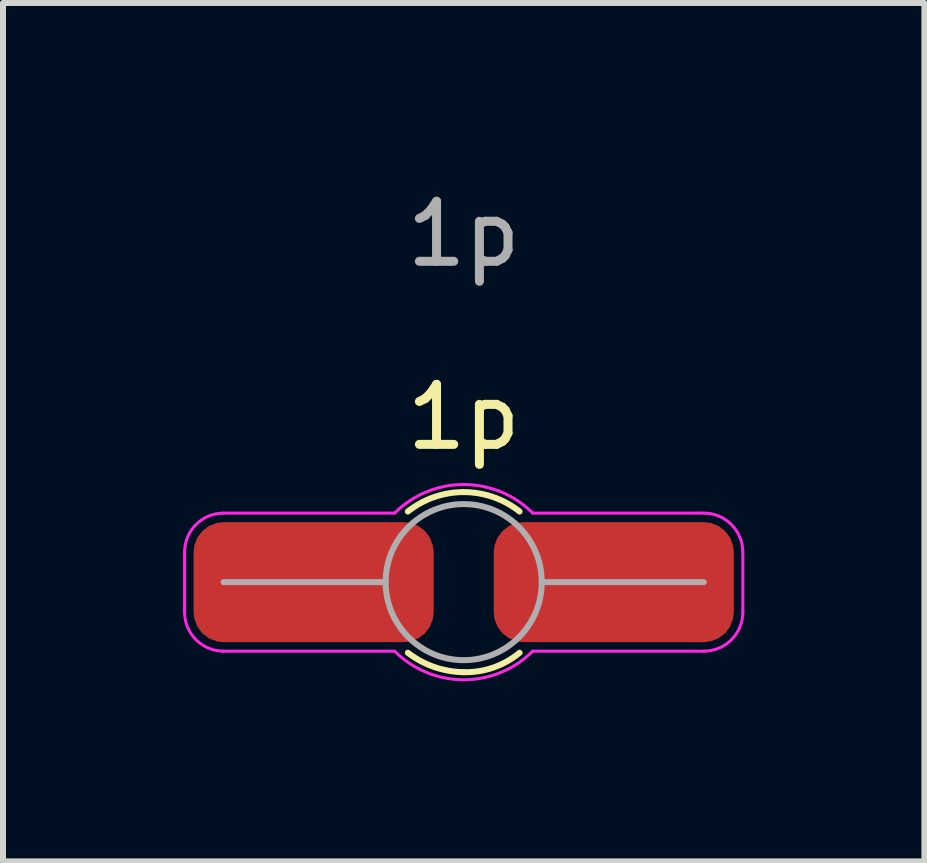
<source format=kicad_pcb>
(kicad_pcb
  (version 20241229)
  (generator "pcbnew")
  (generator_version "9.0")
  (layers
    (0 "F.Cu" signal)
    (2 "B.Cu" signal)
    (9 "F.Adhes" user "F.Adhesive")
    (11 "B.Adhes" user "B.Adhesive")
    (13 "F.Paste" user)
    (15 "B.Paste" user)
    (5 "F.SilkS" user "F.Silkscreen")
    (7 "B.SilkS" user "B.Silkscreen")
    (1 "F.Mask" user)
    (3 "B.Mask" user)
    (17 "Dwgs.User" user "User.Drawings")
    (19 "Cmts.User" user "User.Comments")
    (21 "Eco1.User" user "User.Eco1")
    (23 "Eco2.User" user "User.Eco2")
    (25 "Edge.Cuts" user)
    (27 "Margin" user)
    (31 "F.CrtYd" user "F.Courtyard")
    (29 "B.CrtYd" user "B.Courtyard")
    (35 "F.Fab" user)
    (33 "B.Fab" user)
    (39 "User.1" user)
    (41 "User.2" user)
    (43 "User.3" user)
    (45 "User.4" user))
  (footprint "1p"
    (layer "F.Cu")
    (at 4.675 6.648)
    (property "Reference" "1p" (at 0 -2.75 0) (unlocked yes) (layer "F.SilkS") (effects (font (size 1 1) (thickness 0.15))))
    (attr smd)
    (fp_arc (start -0.931054 -1.176069) (mid -0.492898 -1.416705) (end 0 -1.5) (stroke (width 0.01) (type default)) (layer "F.SilkS"))
    (fp_arc (start -0.931054 -1.176069) (mid -0.492898 -1.416704) (end 0 -1.5) (stroke (width 0.1) (type default)) (layer "F.SilkS"))
    (fp_arc (start 0 -1.5) (mid 0.492898 -1.416704) (end 0.931054 -1.176069) (stroke (width 0.1) (type default)) (layer "F.SilkS"))
    (fp_arc (start 0 1.5) (mid -0.49181 1.413579) (end -0.931054 1.176069) (stroke (width 0.1) (type default)) (layer "F.SilkS"))
    (fp_arc (start 0.931054 1.176069) (mid 0.494951 1.422605) (end 0 1.5) (stroke (width 0.1) (type default)) (layer "F.SilkS"))
    (fp_line (start -4.65 0.5) (end -4.65 -0.5) (stroke (width 0.05) (type default)) (layer "F.CrtYd"))
    (fp_line (start -1.15 -1.15) (end -4 -1.15) (stroke (width 0.05) (type default)) (layer "F.CrtYd"))
    (fp_line (start -1.15 1.15) (end -4 1.15) (stroke (width 0.05) (type default)) (layer "F.CrtYd"))
    (fp_line (start 1.15 -1.15) (end 4 -1.15) (stroke (width 0.05) (type default)) (layer "F.CrtYd"))
    (fp_line (start 1.15 1.15) (end 4 1.15) (stroke (width 0.05) (type default)) (layer "F.CrtYd"))
    (fp_line (start 4.65 -0.5) (end 4.65 0.5) (stroke (width 0.05) (type default)) (layer "F.CrtYd"))
    (fp_arc (start -4.65 -0.5) (mid -4.459619 -0.959619) (end -4 -1.15) (stroke (width 0.05) (type default)) (layer "F.CrtYd"))
    (fp_arc (start -4 1.15) (mid -4.459619 0.959619) (end -4.65 0.5) (stroke (width 0.05) (type default)) (layer "F.CrtYd"))
    (fp_arc (start -1.15 -1.15) (mid 0 -1.626346) (end 1.15 -1.15) (stroke (width 0.05) (type default)) (layer "F.CrtYd"))
    (fp_arc (start 1.15 1.15) (mid 0 1.626346) (end -1.15 1.15) (stroke (width 0.05) (type default)) (layer "F.CrtYd"))
    (fp_arc (start 4 -1.15) (mid 4.459619 -0.959619) (end 4.65 -0.5) (stroke (width 0.05) (type default)) (layer "F.CrtYd"))
    (fp_arc (start 4.65 0.5) (mid 4.459619 0.959619) (end 4 1.15) (stroke (width 0.05) (type default)) (layer "F.CrtYd"))
    (fp_line (start -1.3 0) (end -4 0) (stroke (width 0.1) (type default)) (layer "F.Fab"))
    (fp_line (start 1.3 0) (end 4 0) (stroke (width 0.1) (type default)) (layer "F.Fab"))
    (fp_circle (center 0 0) (end 1.3 0) (stroke (width 0.1) (type default)) (fill no) (layer "F.Fab"))
    (fp_text user "${REFERENCE}" (at 0 -5.8 0) (unlocked yes) (layer "F.Fab") (effects (font (size 1 1) (thickness 0.15))))
    (pad "1" smd roundrect (at -2.5 0) (size 4 2) (layers "F.Cu" "F.Mask" "F.Paste") (roundrect_rratio 0.25))
    (pad "1" smd roundrect (at 2.5 0) (size 4 2) (layers "F.Cu" "F.Mask" "F.Paste") (roundrect_rratio 0.25)))
  (gr_rect
    (start -3 -3)
    (end 12.35 11.3)
    (stroke (width 0.1) (type default))
    (fill no)
    (layer "Edge.Cuts")))
</source>
